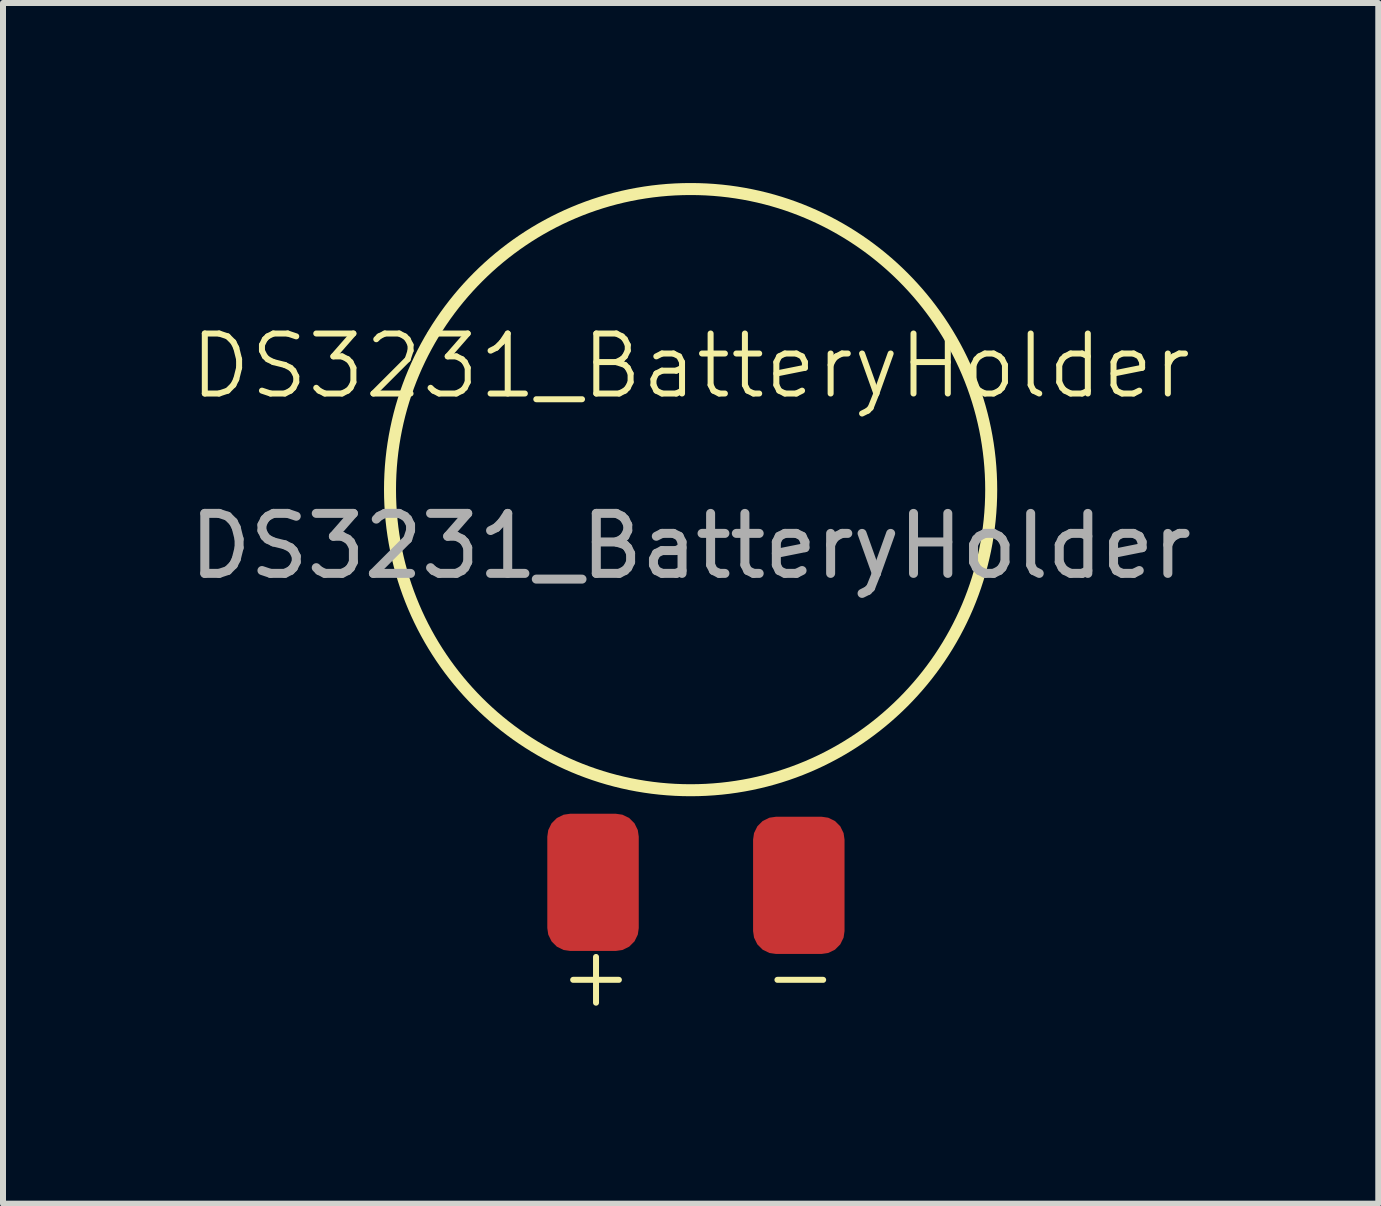
<source format=kicad_pcb>
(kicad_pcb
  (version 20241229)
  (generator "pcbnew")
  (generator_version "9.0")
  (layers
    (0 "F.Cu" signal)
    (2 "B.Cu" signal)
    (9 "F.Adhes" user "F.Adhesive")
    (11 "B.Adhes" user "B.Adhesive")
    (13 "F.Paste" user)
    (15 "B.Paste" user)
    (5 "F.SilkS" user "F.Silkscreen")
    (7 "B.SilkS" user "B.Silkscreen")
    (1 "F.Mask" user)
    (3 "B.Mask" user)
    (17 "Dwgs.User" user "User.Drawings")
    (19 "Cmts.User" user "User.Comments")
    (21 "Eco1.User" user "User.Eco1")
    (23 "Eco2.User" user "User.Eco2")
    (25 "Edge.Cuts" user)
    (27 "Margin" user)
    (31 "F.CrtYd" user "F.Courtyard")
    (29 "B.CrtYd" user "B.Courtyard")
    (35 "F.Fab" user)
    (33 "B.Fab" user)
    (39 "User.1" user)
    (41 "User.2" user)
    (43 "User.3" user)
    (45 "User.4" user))
  (footprint "DS3231_BatteryHolder"
    (layer "F.Cu")
    (at 8.458 3.55)
    (property "Reference" "DS3231_BatteryHolder" (at 0 -0.5 0) (unlocked yes) (layer "F.SilkS") (effects (font (size 1 1) (thickness 0.1))))
    (attr smd)
    (fp_circle (center 0 1.559) (end 5.009 1.559) (stroke (width 0.2) (type default)) (fill no) (layer "F.SilkS"))
    (fp_text user "-" (at 1.143 10.236 0) (unlocked yes) (layer "F.SilkS") (effects (font (size 1 1) (thickness 0.1)) (justify left bottom)))
    (fp_text user "+" (at -2.261 10.236 0) (unlocked yes) (layer "F.SilkS") (effects (font (size 1 1) (thickness 0.1)) (justify left bottom)))
    (fp_text user "${REFERENCE}" (at 0 2.5 0) (unlocked yes) (layer "F.Fab") (effects (font (size 1 1) (thickness 0.15))))
    (pad "1" smd roundrect (at 1.803 8.153 90) (size 2.286 1.524) (layers "F.Cu" "F.Mask" "F.Paste") (roundrect_rratio 0.25))
    (pad "2" smd roundrect (at -1.626 8.103 90) (size 2.286 1.524) (layers "F.Cu" "F.Mask" "F.Paste") (roundrect_rratio 0.25)))
  (gr_rect
    (start -3 -3)
    (end 19.917 17.007)
    (stroke (width 0.1) (type default))
    (fill no)
    (layer "Edge.Cuts")))
</source>
